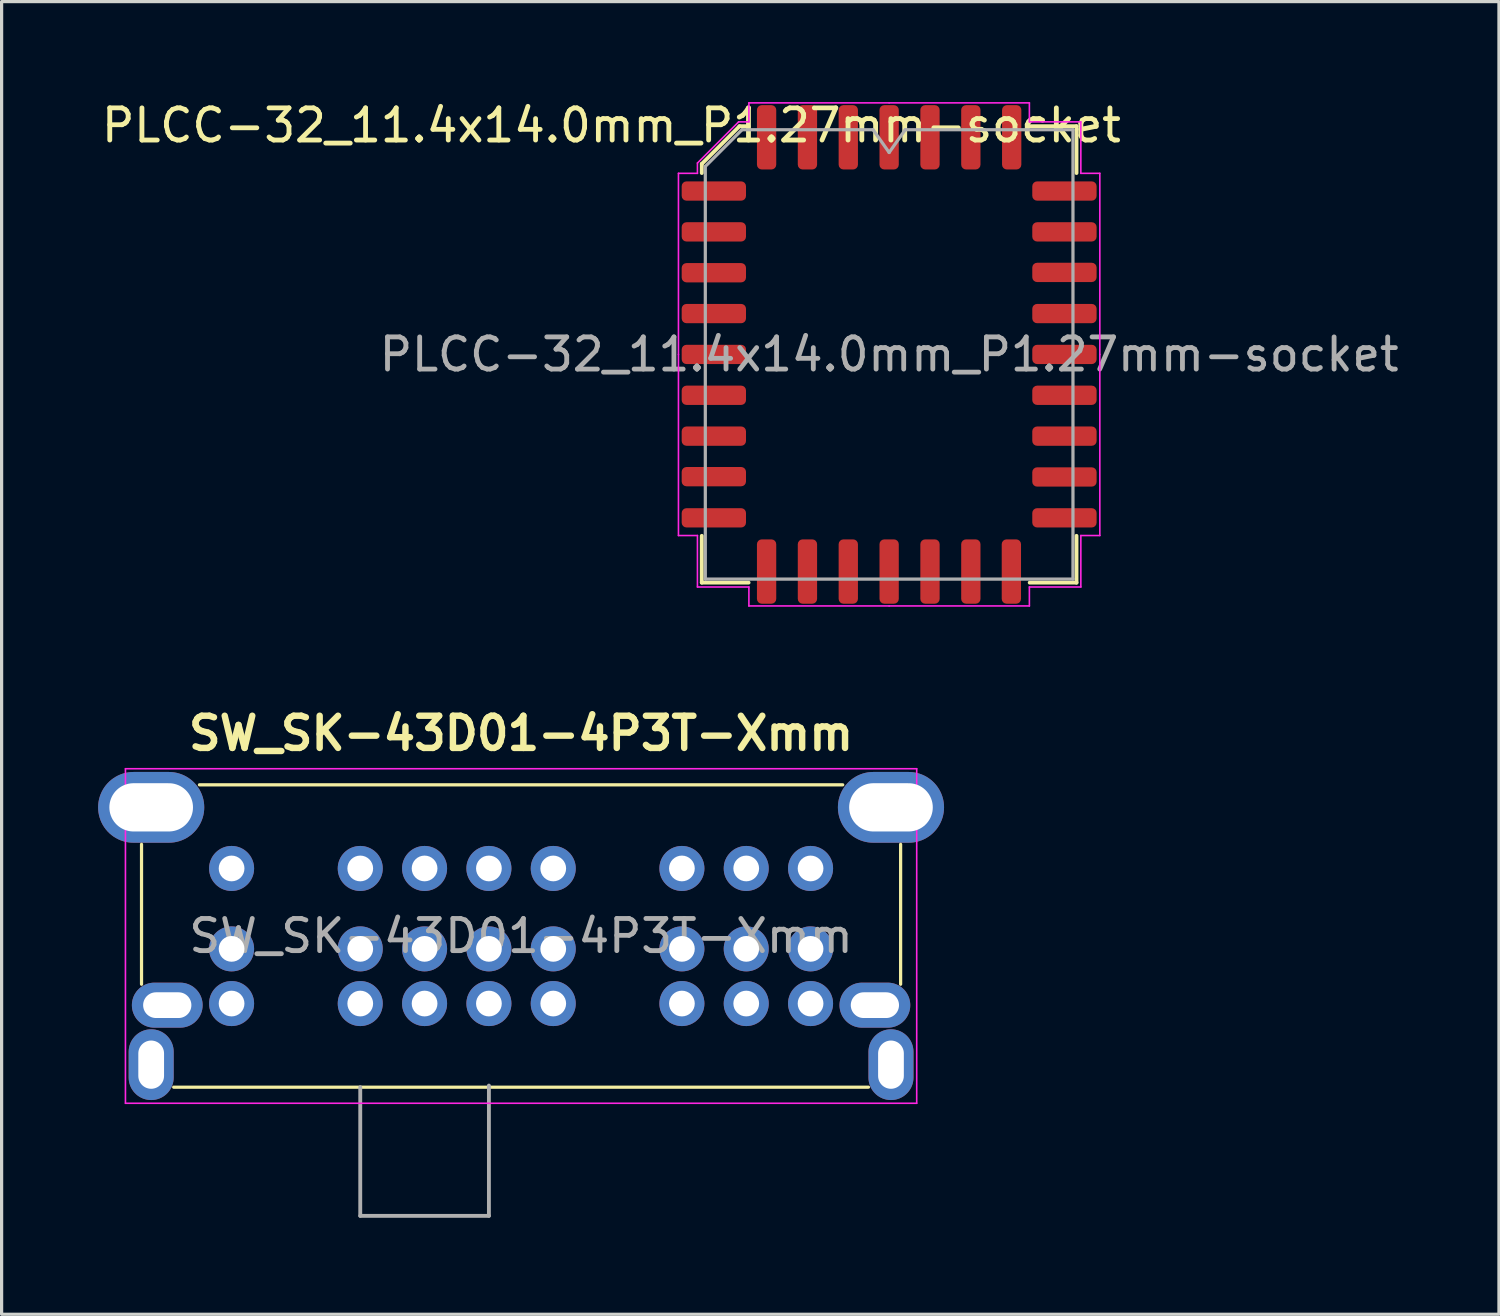
<source format=kicad_pcb>
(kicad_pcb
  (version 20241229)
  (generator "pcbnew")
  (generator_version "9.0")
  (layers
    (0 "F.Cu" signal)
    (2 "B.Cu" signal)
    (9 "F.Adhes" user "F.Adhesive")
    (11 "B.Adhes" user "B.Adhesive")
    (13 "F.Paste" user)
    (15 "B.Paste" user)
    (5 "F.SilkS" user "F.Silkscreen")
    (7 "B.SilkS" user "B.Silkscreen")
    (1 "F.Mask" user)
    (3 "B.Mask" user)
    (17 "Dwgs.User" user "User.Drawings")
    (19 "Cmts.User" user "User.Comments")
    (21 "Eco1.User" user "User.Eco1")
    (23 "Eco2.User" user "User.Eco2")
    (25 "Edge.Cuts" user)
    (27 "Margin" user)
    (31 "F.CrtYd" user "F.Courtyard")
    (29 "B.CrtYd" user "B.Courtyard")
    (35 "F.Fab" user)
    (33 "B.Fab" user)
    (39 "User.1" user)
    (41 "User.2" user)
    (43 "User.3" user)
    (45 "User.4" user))
  (footprint "SW_SK-43D01-4P3T-Xmm"
    (layer "F.Cu")
    (at 13.15 26.05)
    (property "Reference" "SW_SK-43D01-4P3T-Xmm" (at 0 -6.3 0) (unlocked yes) (layer "F.SilkS") (effects (font (size 1 1) (thickness 0.2) (bold yes))))
    (attr through_hole)
    (fp_line (start -11.8 -2.85) (end -11.8 1.5) (stroke (width 0.1) (type default)) (layer "F.SilkS"))
    (fp_line (start -10 -4.7) (end 10 -4.7) (stroke (width 0.1) (type default)) (layer "F.SilkS"))
    (fp_line (start 10.8 4.7) (end -10.8 4.7) (stroke (width 0.1) (type default)) (layer "F.SilkS"))
    (fp_line (start 11.8 -2.85) (end 11.8 1.5) (stroke (width 0.1) (type default)) (layer "F.SilkS"))
    (fp_line (start -12.3 -5.2) (end 12.3 -5.2) (stroke (width 0.05) (type default)) (layer "F.CrtYd"))
    (fp_line (start -12.3 5.2) (end -12.3 -5.2) (stroke (width 0.05) (type default)) (layer "F.CrtYd"))
    (fp_line (start 12.3 -5.2) (end 12.3 5.2) (stroke (width 0.05) (type default)) (layer "F.CrtYd"))
    (fp_line (start 12.3 5.2) (end -12.3 5.2) (stroke (width 0.05) (type default)) (layer "F.CrtYd"))
    (fp_line (start -5 4.7) (end -5 8.7) (stroke (width 0.12) (type solid)) (layer "F.Fab"))
    (fp_line (start -5 8.7) (end -1 8.7) (stroke (width 0.12) (type solid)) (layer "F.Fab"))
    (fp_line (start -1 4.65) (end -1 8.7) (stroke (width 0.12) (type solid)) (layer "F.Fab"))
    (fp_text user "${REFERENCE}" (at 0 0 0) (unlocked yes) (layer "F.Fab") (effects (font (size 1 1) (thickness 0.15))))
    (pad "1" thru_hole circle (at -9 -2.1) (size 1.4 1.4) (drill 0.8) (layers "*.Cu" "*.Mask"))
    (pad "2" thru_hole circle (at -3 -2.1) (size 1.4 1.4) (drill 0.8) (layers "*.Cu" "*.Mask"))
    (pad "3" thru_hole circle (at -1 -2.1) (size 1.4 1.4) (drill 0.8) (layers "*.Cu" "*.Mask"))
    (pad "4" thru_hole circle (at -9 0.4) (size 1.4 1.4) (drill 0.8) (layers "*.Cu" "*.Mask"))
    (pad "4" thru_hole circle (at -9 2.1) (size 1.4 1.4) (drill 0.8) (layers "*.Cu" "*.Mask"))
    (pad "5" thru_hole circle (at -3 0.4) (size 1.4 1.4) (drill 0.8) (layers "*.Cu" "*.Mask"))
    (pad "5" thru_hole circle (at -3 2.1) (size 1.4 1.4) (drill 0.8) (layers "*.Cu" "*.Mask"))
    (pad "6" thru_hole circle (at -1 0.4) (size 1.4 1.4) (drill 0.8) (layers "*.Cu" "*.Mask"))
    (pad "6" thru_hole circle (at -1 2.1) (size 1.4 1.4) (drill 0.8) (layers "*.Cu" "*.Mask"))
    (pad "7" thru_hole circle (at 1 -2.1) (size 1.4 1.4) (drill 0.8) (layers "*.Cu" "*.Mask"))
    (pad "8" thru_hole circle (at 7 -2.1) (size 1.4 1.4) (drill 0.8) (layers "*.Cu" "*.Mask"))
    (pad "9" thru_hole circle (at 9 -2.1) (size 1.4 1.4) (drill 0.8) (layers "*.Cu" "*.Mask"))
    (pad "10" thru_hole circle (at 1 0.4) (size 1.4 1.4) (drill 0.8) (layers "*.Cu" "*.Mask"))
    (pad "10" thru_hole circle (at 1 2.1) (size 1.4 1.4) (drill 0.8) (layers "*.Cu" "*.Mask"))
    (pad "11" thru_hole circle (at 7 0.4) (size 1.4 1.4) (drill 0.8) (layers "*.Cu" "*.Mask"))
    (pad "11" thru_hole circle (at 7 2.1) (size 1.4 1.4) (drill 0.8) (layers "*.Cu" "*.Mask"))
    (pad "12" thru_hole circle (at 9 0.4) (size 1.4 1.4) (drill 0.8) (layers "*.Cu" "*.Mask"))
    (pad "12" thru_hole circle (at 9 2.1) (size 1.4 1.4) (drill 0.8) (layers "*.Cu" "*.Mask"))
    (pad "13" thru_hole circle (at -5 -2.1) (size 1.4 1.4) (drill 0.8) (layers "*.Cu" "*.Mask"))
    (pad "14" thru_hole circle (at -5 0.4) (size 1.4 1.4) (drill 0.8) (layers "*.Cu" "*.Mask"))
    (pad "14" thru_hole circle (at -5 2.1) (size 1.4 1.4) (drill 0.8) (layers "*.Cu" "*.Mask"))
    (pad "15" thru_hole circle (at 5 -2.1) (size 1.4 1.4) (drill 0.8) (layers "*.Cu" "*.Mask"))
    (pad "16" thru_hole circle (at 5 0.4) (size 1.4 1.4) (drill 0.8) (layers "*.Cu" "*.Mask"))
    (pad "16" thru_hole circle (at 5 2.1) (size 1.4 1.4) (drill 0.8) (layers "*.Cu" "*.Mask"))
    (pad "MP" thru_hole oval (at -11.5 -4) (size 3.3 2.2) (drill oval 2.6 1.5) (layers "*.Cu" "*.Mask"))
    (pad "MP" thru_hole oval (at -11.5 4) (size 1.4 2.2) (drill oval 0.8 1.5) (layers "*.Cu" "*.Mask"))
    (pad "MP" thru_hole oval (at -11 2.15 90) (size 1.4 2.2) (drill oval 0.8 1.5) (layers "*.Cu" "*.Mask"))
    (pad "MP" thru_hole oval (at 11 2.15 90) (size 1.4 2.2) (drill oval 0.8 1.5) (layers "*.Cu" "*.Mask"))
    (pad "MP" thru_hole oval (at 11.5 -4) (size 3.3 2.2) (drill oval 2.6 1.5) (layers "*.Cu" "*.Mask"))
    (pad "MP" thru_hole oval (at 11.5 4) (size 1.4 2.2) (drill oval 0.8 1.5) (layers "*.Cu" "*.Mask")))
  (footprint "PLCC-32_11.4x14.0mm_P1.27mm-socket"
    (layer "F.Cu")
    (at 24.593 7.969)
    (property "Reference" "PLCC-32_11.4x14.0mm_P1.27mm-socket" (at -8.635 -7.12 180) (layer "F.SilkS") (effects (font (size 1 1) (thickness 0.15))))
    (attr smd)
    (fp_line (start -5.825 -5.923) (end -5.825 -5.64) (stroke (width 0.12) (type solid)) (layer "F.SilkS"))
    (fp_line (start -5.825 7.095) (end -5.825 5.64) (stroke (width 0.12) (type solid)) (layer "F.SilkS"))
    (fp_line (start -4.653 -7.095) (end -5.825 -5.923) (stroke (width 0.12) (type solid)) (layer "F.SilkS"))
    (fp_line (start -4.37 -7.095) (end -4.653 -7.095) (stroke (width 0.12) (type solid)) (layer "F.SilkS"))
    (fp_line (start -4.37 7.095) (end -5.825 7.095) (stroke (width 0.12) (type solid)) (layer "F.SilkS"))
    (fp_line (start 4.37 -7.095) (end 5.825 -7.095) (stroke (width 0.12) (type solid)) (layer "F.SilkS"))
    (fp_line (start 4.37 7.095) (end 5.825 7.095) (stroke (width 0.12) (type solid)) (layer "F.SilkS"))
    (fp_line (start 5.825 -7.095) (end 5.825 -5.64) (stroke (width 0.12) (type solid)) (layer "F.SilkS"))
    (fp_line (start 5.825 7.095) (end 5.825 5.64) (stroke (width 0.12) (type solid)) (layer "F.SilkS"))
    (fp_line (start -6.55 -5.63) (end -6.55 0) (stroke (width 0.05) (type solid)) (layer "F.CrtYd"))
    (fp_line (start -6.55 5.63) (end -6.55 0) (stroke (width 0.05) (type solid)) (layer "F.CrtYd"))
    (fp_line (start -5.96 -5.95) (end -5.96 -5.63) (stroke (width 0.05) (type solid)) (layer "F.CrtYd"))
    (fp_line (start -5.96 -5.63) (end -6.55 -5.63) (stroke (width 0.05) (type solid)) (layer "F.CrtYd"))
    (fp_line (start -5.96 5.63) (end -6.55 5.63) (stroke (width 0.05) (type solid)) (layer "F.CrtYd"))
    (fp_line (start -5.96 7.23) (end -5.96 5.63) (stroke (width 0.05) (type solid)) (layer "F.CrtYd"))
    (fp_line (start -4.68 -7.23) (end -5.96 -5.95) (stroke (width 0.05) (type solid)) (layer "F.CrtYd"))
    (fp_line (start -4.36 -7.82) (end -4.36 -7.23) (stroke (width 0.05) (type solid)) (layer "F.CrtYd"))
    (fp_line (start -4.36 -7.23) (end -4.68 -7.23) (stroke (width 0.05) (type solid)) (layer "F.CrtYd"))
    (fp_line (start -4.36 7.23) (end -5.96 7.23) (stroke (width 0.05) (type solid)) (layer "F.CrtYd"))
    (fp_line (start -4.36 7.82) (end -4.36 7.23) (stroke (width 0.05) (type solid)) (layer "F.CrtYd"))
    (fp_line (start 0 -7.82) (end -4.36 -7.82) (stroke (width 0.05) (type solid)) (layer "F.CrtYd"))
    (fp_line (start 0 -7.82) (end 4.36 -7.82) (stroke (width 0.05) (type solid)) (layer "F.CrtYd"))
    (fp_line (start 0 7.82) (end -4.36 7.82) (stroke (width 0.05) (type solid)) (layer "F.CrtYd"))
    (fp_line (start 0 7.82) (end 4.36 7.82) (stroke (width 0.05) (type solid)) (layer "F.CrtYd"))
    (fp_line (start 4.36 -7.82) (end 4.36 -7.23) (stroke (width 0.05) (type solid)) (layer "F.CrtYd"))
    (fp_line (start 4.36 -7.23) (end 5.96 -7.23) (stroke (width 0.05) (type solid)) (layer "F.CrtYd"))
    (fp_line (start 4.36 7.23) (end 5.96 7.23) (stroke (width 0.05) (type solid)) (layer "F.CrtYd"))
    (fp_line (start 4.36 7.82) (end 4.36 7.23) (stroke (width 0.05) (type solid)) (layer "F.CrtYd"))
    (fp_line (start 5.96 -7.23) (end 5.96 -5.63) (stroke (width 0.05) (type solid)) (layer "F.CrtYd"))
    (fp_line (start 5.96 7.23) (end 5.96 5.63) (stroke (width 0.05) (type solid)) (layer "F.CrtYd"))
    (fp_line (start 5.96 -5.63) (end 6.55 -5.63) (stroke (width 0.05) (type solid)) (layer "F.CrtYd"))
    (fp_line (start 5.96 5.63) (end 6.55 5.63) (stroke (width 0.05) (type solid)) (layer "F.CrtYd"))
    (fp_line (start 6.55 -5.63) (end 6.55 0) (stroke (width 0.05) (type solid)) (layer "F.CrtYd"))
    (fp_line (start 6.55 5.63) (end 6.55 0) (stroke (width 0.05) (type solid)) (layer "F.CrtYd"))
    (fp_line (start -5.715 -5.845) (end -4.575 -6.985) (stroke (width 0.1) (type solid)) (layer "F.Fab"))
    (fp_line (start -5.715 6.985) (end -5.715 -5.845) (stroke (width 0.1) (type solid)) (layer "F.Fab"))
    (fp_line (start -4.575 -6.985) (end -0.5 -6.985) (stroke (width 0.1) (type solid)) (layer "F.Fab"))
    (fp_line (start -0.5 -6.985) (end 0 -6.278) (stroke (width 0.1) (type solid)) (layer "F.Fab"))
    (fp_line (start 0 -6.278) (end 0.5 -6.985) (stroke (width 0.1) (type solid)) (layer "F.Fab"))
    (fp_line (start 0.5 -6.985) (end 5.715 -6.985) (stroke (width 0.1) (type solid)) (layer "F.Fab"))
    (fp_line (start 5.715 -6.985) (end 5.715 6.985) (stroke (width 0.1) (type solid)) (layer "F.Fab"))
    (fp_line (start 5.715 6.985) (end -5.715 6.985) (stroke (width 0.1) (type solid)) (layer "F.Fab"))
    (fp_text user "${REFERENCE}" (at 0 0 180) (layer "F.Fab") (effects (font (size 1 1) (thickness 0.15))))
    (pad "1" smd roundrect (at 0 -6.75) (size 0.6 2) (layers "F.Cu" "F.Mask" "F.Paste") (roundrect_rratio 0.25))
    (pad "2" smd roundrect (at -1.27 -6.75) (size 0.6 2) (layers "F.Cu" "F.Mask" "F.Paste") (roundrect_rratio 0.25))
    (pad "3" smd roundrect (at -2.54 -6.75) (size 0.6 2) (layers "F.Cu" "F.Mask" "F.Paste") (roundrect_rratio 0.25))
    (pad "4" smd roundrect (at -3.81 -6.75) (size 0.6 2) (layers "F.Cu" "F.Mask" "F.Paste") (roundrect_rratio 0.25))
    (pad "5" smd roundrect (at -5.45 -5.08) (size 2 0.6) (layers "F.Cu" "F.Mask" "F.Paste") (roundrect_rratio 0.25))
    (pad "6" smd roundrect (at -5.45 -3.81) (size 2 0.6) (layers "F.Cu" "F.Mask" "F.Paste") (roundrect_rratio 0.25))
    (pad "7" smd roundrect (at -5.45 -2.54) (size 2 0.6) (layers "F.Cu" "F.Mask" "F.Paste") (roundrect_rratio 0.25))
    (pad "8" smd roundrect (at -5.45 -1.27) (size 2 0.6) (layers "F.Cu" "F.Mask" "F.Paste") (roundrect_rratio 0.25))
    (pad "9" smd roundrect (at -5.45 0) (size 2 0.6) (layers "F.Cu" "F.Mask" "F.Paste") (roundrect_rratio 0.25))
    (pad "10" smd roundrect (at -5.45 1.27) (size 2 0.6) (layers "F.Cu" "F.Mask" "F.Paste") (roundrect_rratio 0.25))
    (pad "11" smd roundrect (at -5.45 2.54) (size 2 0.6) (layers "F.Cu" "F.Mask" "F.Paste") (roundrect_rratio 0.25))
    (pad "12" smd roundrect (at -5.45 3.8) (size 2 0.6) (layers "F.Cu" "F.Mask" "F.Paste") (roundrect_rratio 0.25))
    (pad "13" smd roundrect (at -5.45 5.08) (size 2 0.6) (layers "F.Cu" "F.Mask" "F.Paste") (roundrect_rratio 0.25))
    (pad "14" smd roundrect (at -3.81 6.75) (size 0.6 2) (layers "F.Cu" "F.Mask" "F.Paste") (roundrect_rratio 0.25))
    (pad "15" smd roundrect (at -2.54 6.75) (size 0.6 2) (layers "F.Cu" "F.Mask" "F.Paste") (roundrect_rratio 0.25))
    (pad "16" smd roundrect (at -1.27 6.75) (size 0.6 2) (layers "F.Cu" "F.Mask" "F.Paste") (roundrect_rratio 0.25))
    (pad "17" smd roundrect (at 0 6.75) (size 0.6 2) (layers "F.Cu" "F.Mask" "F.Paste") (roundrect_rratio 0.25))
    (pad "18" smd roundrect (at 1.27 6.75) (size 0.6 2) (layers "F.Cu" "F.Mask" "F.Paste") (roundrect_rratio 0.25))
    (pad "19" smd roundrect (at 2.54 6.75) (size 0.6 2) (layers "F.Cu" "F.Mask" "F.Paste") (roundrect_rratio 0.25))
    (pad "20" smd roundrect (at 3.8 6.75) (size 0.6 2) (layers "F.Cu" "F.Mask" "F.Paste") (roundrect_rratio 0.25))
    (pad "21" smd roundrect (at 5.45 5.08) (size 2 0.6) (layers "F.Cu" "F.Mask" "F.Paste") (roundrect_rratio 0.25))
    (pad "22" smd roundrect (at 5.45 3.81) (size 2 0.6) (layers "F.Cu" "F.Mask" "F.Paste") (roundrect_rratio 0.25))
    (pad "23" smd roundrect (at 5.45 2.54) (size 2 0.6) (layers "F.Cu" "F.Mask" "F.Paste") (roundrect_rratio 0.25))
    (pad "24" smd roundrect (at 5.45 1.27) (size 2 0.6) (layers "F.Cu" "F.Mask" "F.Paste") (roundrect_rratio 0.25))
    (pad "25" smd roundrect (at 5.45 0) (size 2 0.6) (layers "F.Cu" "F.Mask" "F.Paste") (roundrect_rratio 0.25))
    (pad "26" smd roundrect (at 5.45 -1.27) (size 2 0.6) (layers "F.Cu" "F.Mask" "F.Paste") (roundrect_rratio 0.25))
    (pad "27" smd roundrect (at 5.45 -2.55) (size 2 0.6) (layers "F.Cu" "F.Mask" "F.Paste") (roundrect_rratio 0.25))
    (pad "28" smd roundrect (at 5.45 -3.81) (size 2 0.6) (layers "F.Cu" "F.Mask" "F.Paste") (roundrect_rratio 0.25))
    (pad "29" smd roundrect (at 5.45 -5.08) (size 2 0.6) (layers "F.Cu" "F.Mask" "F.Paste") (roundrect_rratio 0.25))
    (pad "30" smd roundrect (at 3.81 -6.75) (size 0.6 2) (layers "F.Cu" "F.Mask" "F.Paste") (roundrect_rratio 0.25))
    (pad "31" smd roundrect (at 2.54 -6.75) (size 0.6 2) (layers "F.Cu" "F.Mask" "F.Paste") (roundrect_rratio 0.25))
    (pad "32" smd roundrect (at 1.27 -6.75) (size 0.6 2) (layers "F.Cu" "F.Mask" "F.Paste") (roundrect_rratio 0.25)))
  (gr_rect
    (start -3 -3)
    (end 43.552 37.81)
    (stroke (width 0.1) (type default))
    (fill no)
    (layer "Edge.Cuts")))
</source>
